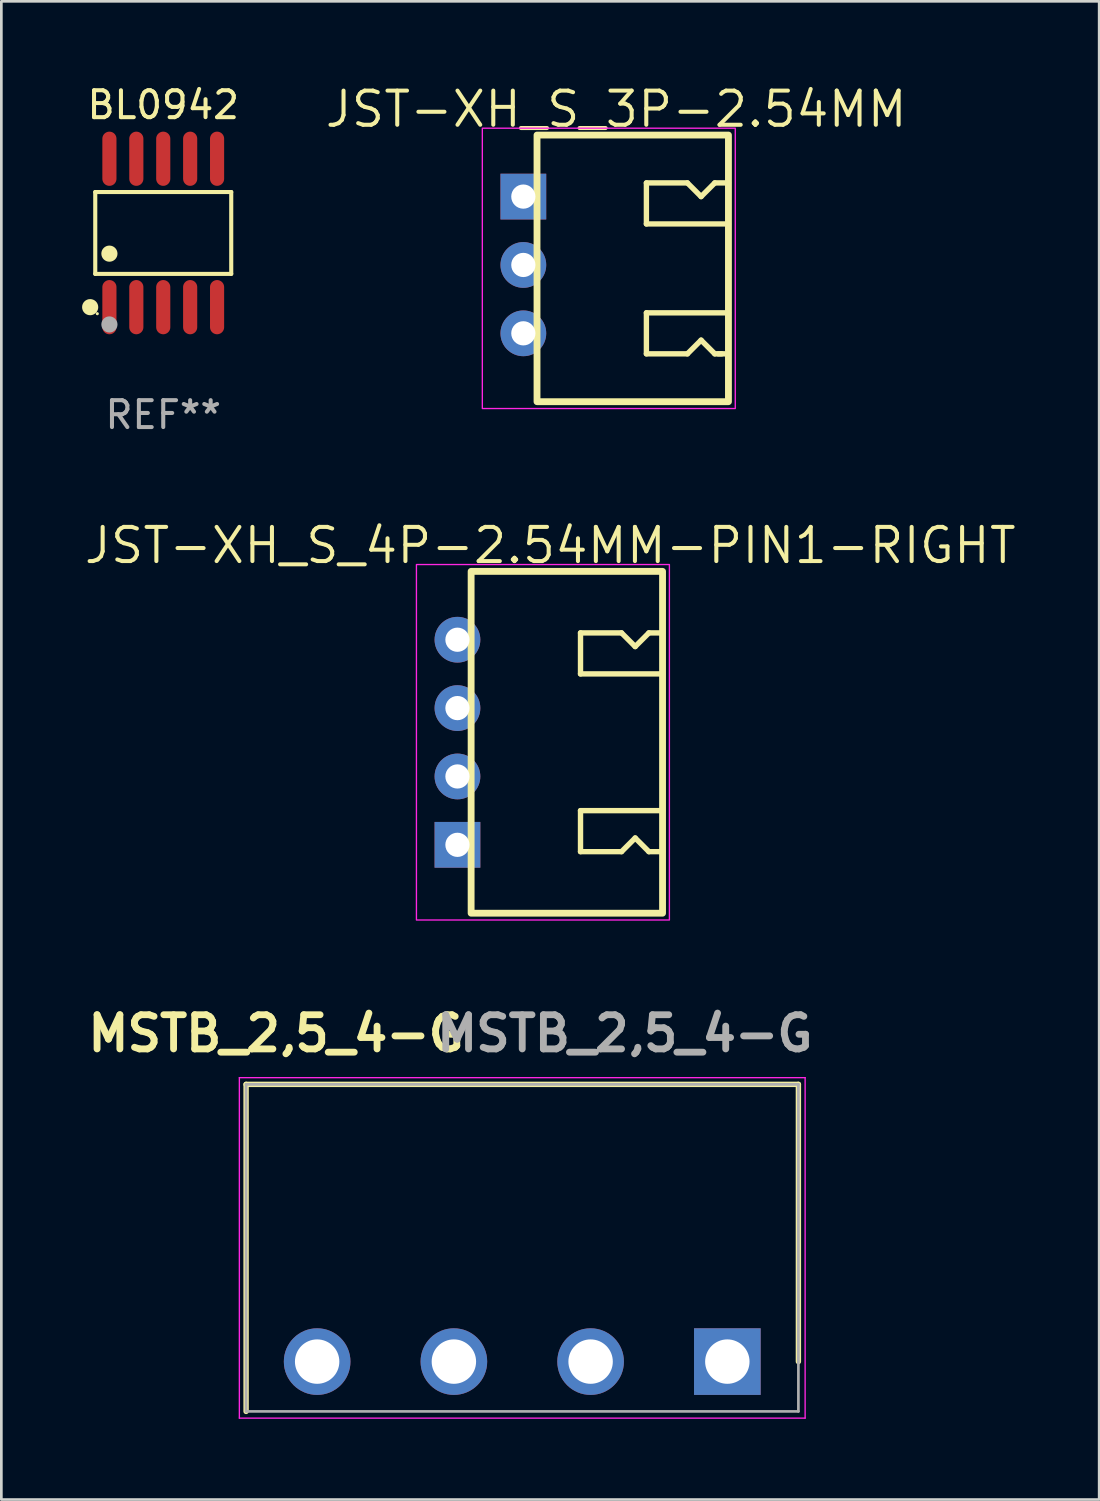
<source format=kicad_pcb>
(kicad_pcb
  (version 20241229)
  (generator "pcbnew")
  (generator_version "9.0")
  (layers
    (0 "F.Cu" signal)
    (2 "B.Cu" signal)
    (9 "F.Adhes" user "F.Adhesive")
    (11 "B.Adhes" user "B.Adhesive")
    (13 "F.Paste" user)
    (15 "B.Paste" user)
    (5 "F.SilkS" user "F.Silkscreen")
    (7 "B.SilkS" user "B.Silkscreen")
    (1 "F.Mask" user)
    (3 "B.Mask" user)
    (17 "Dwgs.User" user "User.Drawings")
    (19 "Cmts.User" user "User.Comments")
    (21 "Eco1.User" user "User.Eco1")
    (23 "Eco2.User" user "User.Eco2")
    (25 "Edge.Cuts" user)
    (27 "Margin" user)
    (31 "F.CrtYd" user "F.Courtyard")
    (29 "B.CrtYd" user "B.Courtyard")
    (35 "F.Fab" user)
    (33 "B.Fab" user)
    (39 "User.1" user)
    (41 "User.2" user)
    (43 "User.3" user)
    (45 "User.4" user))
  (footprint "JST-XH_S_3P-2.54MM"
    (layer "F.Cu")
    (at 16.394 6.794)
    (property "Reference" "JST-XH_S_3P-2.54MM" (at 3.449 -5.788 0) (layer "F.SilkS") (effects (font (size 1.27 1.27) (thickness 0.15))))
    (fp_line (start 4.572 -3.048) (end 6.096 -3.048) (stroke (width 0.2) (type default)) (layer "F.SilkS"))
    (fp_line (start 4.572 -1.524) (end 4.572 -3.048) (stroke (width 0.2) (type default)) (layer "F.SilkS"))
    (fp_line (start 4.572 1.778) (end 7.62 1.778) (stroke (width 0.2) (type default)) (layer "F.SilkS"))
    (fp_line (start 4.572 3.302) (end 4.572 1.778) (stroke (width 0.2) (type default)) (layer "F.SilkS"))
    (fp_line (start 6.096 -3.048) (end 6.604 -2.54) (stroke (width 0.2) (type default)) (layer "F.SilkS"))
    (fp_line (start 6.096 3.302) (end 4.572 3.302) (stroke (width 0.2) (type default)) (layer "F.SilkS"))
    (fp_line (start 6.604 -2.54) (end 7.112 -3.048) (stroke (width 0.2) (type default)) (layer "F.SilkS"))
    (fp_line (start 6.604 2.794) (end 6.096 3.302) (stroke (width 0.2) (type default)) (layer "F.SilkS"))
    (fp_line (start 7.112 -3.048) (end 7.62 -3.048) (stroke (width 0.2) (type default)) (layer "F.SilkS"))
    (fp_line (start 7.112 3.302) (end 6.604 2.794) (stroke (width 0.2) (type default)) (layer "F.SilkS"))
    (fp_line (start 7.366 3.302) (end 7.112 3.302) (stroke (width 0.2) (type default)) (layer "F.SilkS"))
    (fp_line (start 7.493 3.302) (end 7.239 3.302) (stroke (width 0.2) (type default)) (layer "F.SilkS"))
    (fp_line (start 7.62 -1.524) (end 4.572 -1.524) (stroke (width 0.2) (type default)) (layer "F.SilkS"))
    (fp_rect (start 0.508 -4.826) (end 7.62 5.08) (stroke (width 0.254) (type default)) (fill no) (layer "F.SilkS"))
    (fp_rect (start -1.524 -5.08) (end 7.874 5.334) (stroke (width 0.05) (type default)) (fill no) (layer "F.CrtYd"))
    (pad "1" thru_hole rect (at 0 -2.54) (size 1.7 1.7) (drill 0.9) (layers "*.Cu" "*.Mask"))
    (pad "2" thru_hole oval (at 0 0) (size 1.7 1.7) (drill 0.9) (layers "*.Cu" "*.Mask"))
    (pad "3" thru_hole oval (at 0 2.54) (size 1.7 1.7) (drill 0.9) (layers "*.Cu" "*.Mask")))
  (footprint "MSTB_2,5_4-G"
    (layer "F.Cu")
    (at 23.973 47.538)
    (property "Reference" "MSTB_2,5_4-G" (at -16.764 -12.192 0) (layer "F.SilkS") (effects (font (size 1.27 1.27) (thickness 0.254))))
    (attr through_hole)
    (fp_line (start -17.88 -10.3) (end -17.88 1.85) (stroke (width 0.2) (type solid)) (layer "F.SilkS"))
    (fp_line (start 2.64 -10.3) (end -17.88 -10.3) (stroke (width 0.2) (type solid)) (layer "F.SilkS"))
    (fp_line (start 2.64 0) (end 2.64 -10.3) (stroke (width 0.2) (type solid)) (layer "F.SilkS"))
    (fp_line (start -18.13 -10.55) (end 2.89 -10.55) (stroke (width 0.05) (type solid)) (layer "F.CrtYd"))
    (fp_line (start -18.13 2.1) (end -18.13 -10.55) (stroke (width 0.05) (type solid)) (layer "F.CrtYd"))
    (fp_line (start 2.89 -10.55) (end 2.89 2.1) (stroke (width 0.05) (type solid)) (layer "F.CrtYd"))
    (fp_line (start 2.89 2.1) (end -18.13 2.1) (stroke (width 0.05) (type solid)) (layer "F.CrtYd"))
    (fp_line (start -17.88 -10.3) (end 2.64 -10.3) (stroke (width 0.1) (type solid)) (layer "F.Fab"))
    (fp_line (start -17.88 1.85) (end -17.88 -10.3) (stroke (width 0.1) (type solid)) (layer "F.Fab"))
    (fp_line (start 2.64 -10.3) (end 2.64 1.85) (stroke (width 0.1) (type solid)) (layer "F.Fab"))
    (fp_line (start 2.64 1.85) (end -17.88 1.85) (stroke (width 0.1) (type solid)) (layer "F.Fab"))
    (fp_text user "${REFERENCE}" (at -3.81 -12.192 0) (layer "F.Fab") (effects (font (size 1.27 1.27) (thickness 0.254))))
    (pad "1" thru_hole rect (at 0 0) (size 2.475 2.475) (drill 1.65) (layers "*.Cu" "*.Mask"))
    (pad "2" thru_hole circle (at -5.08 0) (size 2.475 2.475) (drill 1.65) (layers "*.Cu" "*.Mask"))
    (pad "3" thru_hole circle (at -10.16 0) (size 2.475 2.475) (drill 1.65) (layers "*.Cu" "*.Mask"))
    (pad "4" thru_hole circle (at -15.24 0) (size 2.475 2.475) (drill 1.65) (layers "*.Cu" "*.Mask")))
  (footprint "BL0942"
    (layer "F.Cu")
    (at 3.015 5.605)
    (property "Reference" "BL0942" (at 0 -4.757 0) (layer "F.SilkS") (effects (font (size 1 1) (thickness 0.15))))
    (attr through_hole)
    (fp_line (start -2.526 -1.521) (end 2.526 -1.521) (stroke (width 0.152) (type solid)) (layer "F.SilkS"))
    (fp_line (start -2.526 1.521) (end -2.526 -1.521) (stroke (width 0.152) (type solid)) (layer "F.SilkS"))
    (fp_line (start 2.526 -1.521) (end 2.526 1.521) (stroke (width 0.152) (type solid)) (layer "F.SilkS"))
    (fp_line (start 2.526 1.521) (end -2.526 1.521) (stroke (width 0.152) (type solid)) (layer "F.SilkS"))
    (fp_circle (center -2.715 2.757) (end -2.565 2.757) (stroke (width 0.3) (type solid)) (fill no) (layer "F.SilkS"))
    (fp_circle (center -2.45 3) (end -2.42 3) (stroke (width 0.06) (type solid)) (fill no) (layer "F.SilkS"))
    (fp_circle (center -2 0.769) (end -1.85 0.769) (stroke (width 0.3) (type solid)) (fill no) (layer "F.SilkS"))
    (fp_circle (center -2 3.4) (end -1.85 3.4) (stroke (width 0.3) (type solid)) (fill no) (layer "F.Fab"))
    (fp_text user "REF**" (at 0 6.757 0) (layer "F.Fab") (effects (font (size 1 1) (thickness 0.15))))
    (pad "1" smd oval (at -2 2.757) (size 0.525 2.014) (layers "F.Cu" "F.Mask" "F.Paste"))
    (pad "2" smd oval (at -1 2.757) (size 0.525 2.014) (layers "F.Cu" "F.Mask" "F.Paste"))
    (pad "3" smd oval (at 0 2.757) (size 0.525 2.014) (layers "F.Cu" "F.Mask" "F.Paste"))
    (pad "4" smd oval (at 1 2.757) (size 0.525 2.014) (layers "F.Cu" "F.Mask" "F.Paste"))
    (pad "5" smd oval (at 2 2.757) (size 0.525 2.014) (layers "F.Cu" "F.Mask" "F.Paste"))
    (pad "6" smd oval (at 2 -2.757) (size 0.525 2.014) (layers "F.Cu" "F.Mask" "F.Paste"))
    (pad "7" smd oval (at 1 -2.757) (size 0.525 2.014) (layers "F.Cu" "F.Mask" "F.Paste"))
    (pad "8" smd oval (at 0 -2.757) (size 0.525 2.014) (layers "F.Cu" "F.Mask" "F.Paste"))
    (pad "9" smd oval (at -1 -2.757) (size 0.525 2.014) (layers "F.Cu" "F.Mask" "F.Paste"))
    (pad "10" smd oval (at -2 -2.757) (size 0.525 2.014) (layers "F.Cu" "F.Mask" "F.Paste")))
  (footprint "JST-XH_S_4P-2.54MM-PIN1-RIGHT"
    (layer "F.Cu")
    (at 13.946 30.878)
    (property "Reference" "JST-XH_S_4P-2.54MM-PIN1-RIGHT" (at 3.449 -13.662 0) (layer "F.SilkS") (effects (font (size 1.27 1.27) (thickness 0.15))))
    (fp_line (start 4.572 -10.414) (end 6.096 -10.414) (stroke (width 0.2) (type default)) (layer "F.SilkS"))
    (fp_line (start 4.572 -8.89) (end 4.572 -10.414) (stroke (width 0.2) (type default)) (layer "F.SilkS"))
    (fp_line (start 4.572 -3.81) (end 7.62 -3.81) (stroke (width 0.2) (type default)) (layer "F.SilkS"))
    (fp_line (start 4.572 -2.286) (end 4.572 -3.81) (stroke (width 0.2) (type default)) (layer "F.SilkS"))
    (fp_line (start 6.096 -10.414) (end 6.604 -9.906) (stroke (width 0.2) (type default)) (layer "F.SilkS"))
    (fp_line (start 6.096 -2.286) (end 4.572 -2.286) (stroke (width 0.2) (type default)) (layer "F.SilkS"))
    (fp_line (start 6.604 -9.906) (end 7.112 -10.414) (stroke (width 0.2) (type default)) (layer "F.SilkS"))
    (fp_line (start 6.604 -2.794) (end 6.096 -2.286) (stroke (width 0.2) (type default)) (layer "F.SilkS"))
    (fp_line (start 7.112 -10.414) (end 7.62 -10.414) (stroke (width 0.2) (type default)) (layer "F.SilkS"))
    (fp_line (start 7.112 -2.286) (end 6.604 -2.794) (stroke (width 0.2) (type default)) (layer "F.SilkS"))
    (fp_line (start 7.62 -8.89) (end 4.572 -8.89) (stroke (width 0.2) (type default)) (layer "F.SilkS"))
    (fp_line (start 7.62 -2.286) (end 7.112 -2.286) (stroke (width 0.2) (type default)) (layer "F.SilkS"))
    (fp_rect (start 0.508 -12.7) (end 7.62 0) (stroke (width 0.254) (type default)) (fill no) (layer "F.SilkS"))
    (fp_rect (start -1.524 -12.954) (end 7.874 0.254) (stroke (width 0.05) (type default)) (fill no) (layer "F.CrtYd"))
    (pad "1" thru_hole rect (at 0 -2.54) (size 1.7 1.7) (drill 0.9) (layers "*.Cu" "*.Mask"))
    (pad "2" thru_hole oval (at 0 -5.08) (size 1.7 1.7) (drill 0.9) (layers "*.Cu" "*.Mask"))
    (pad "3" thru_hole oval (at 0 -7.62) (size 1.7 1.7) (drill 0.9) (layers "*.Cu" "*.Mask"))
    (pad "4" thru_hole oval (at 0 -10.16) (size 1.7 1.7) (drill 0.9) (layers "*.Cu" "*.Mask")))
  (gr_rect
    (start -3 -3)
    (end 37.788 52.663)
    (stroke (width 0.1) (type default))
    (fill no)
    (layer "Edge.Cuts")))
</source>
